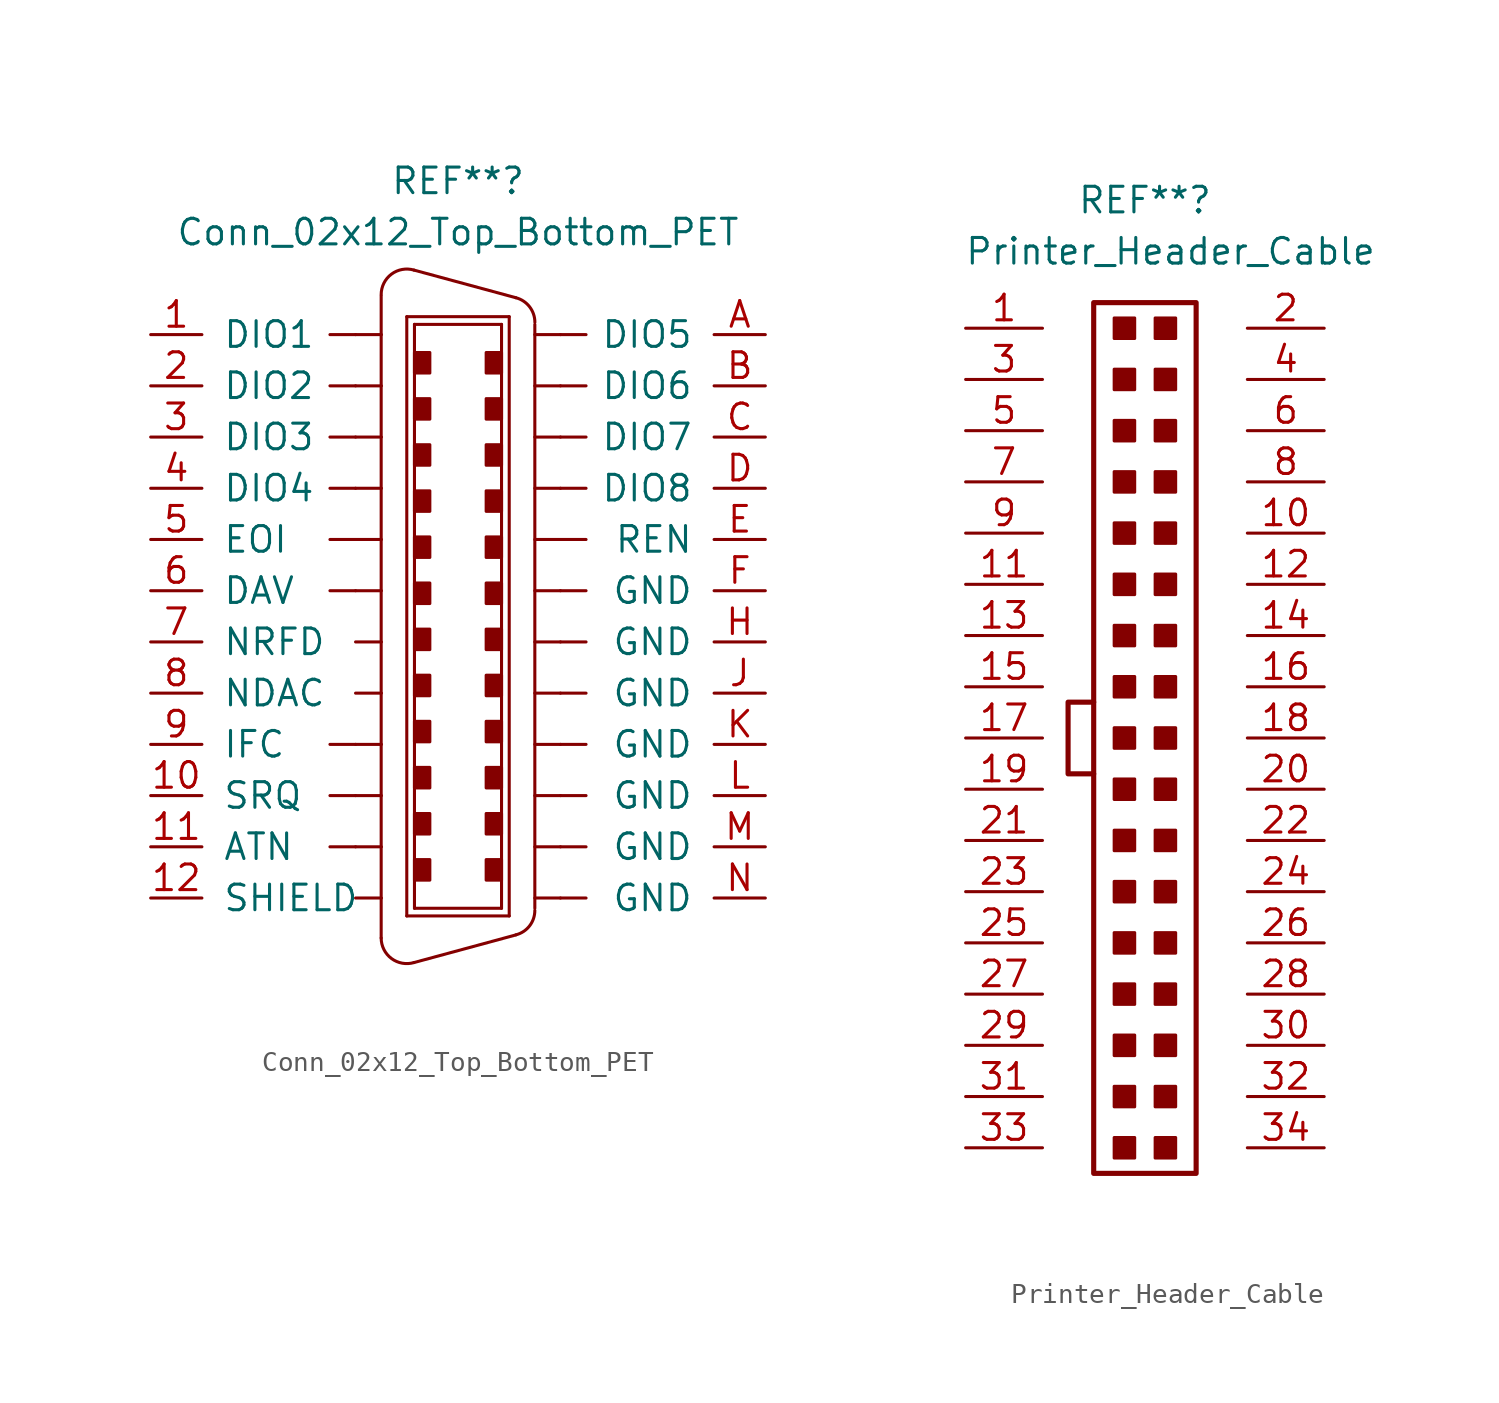
<source format=kicad_sym>
(kicad_symbol_lib
  (version 20231120)
  (generator "kicad_symbol_editor")
  (generator_version "8.0")
  (symbol "Conn_02x12_Top_Bottom_PET"
    (pin_names
      (offset 1.016))
    (property "Reference" "REF**"
      (at 0 21.59 0)
      (effects (font (size 1.27 1.27))))
    (property "Value" "Conn_02x12_Top_Bottom_PET"
      (at 0 19.05 0)
      (effects (font (size 1.27 1.27))))
    (symbol "Conn_02x12_Top_Bottom_PET_0_1"
      (polyline (pts (xy -5.08 -11.43) (xy -6.35 -11.43)) (stroke (width 0) (type default)) (fill (type none)))
      (polyline (pts (xy -5.08 -8.89) (xy -6.35 -8.89)) (stroke (width 0) (type default)) (fill (type none)))
      (polyline (pts (xy -5.08 -6.35) (xy -6.35 -6.35)) (stroke (width 0) (type default)) (fill (type none)))
      (polyline (pts (xy -5.08 1.27) (xy -6.35 1.27)) (stroke (width 0) (type default)) (fill (type none)))
      (polyline (pts (xy -5.08 3.81) (xy -6.35 3.81)) (stroke (width 0) (type default)) (fill (type none)))
      (polyline (pts (xy -5.08 6.35) (xy -6.35 6.35)) (stroke (width 0) (type default)) (fill (type none)))
      (polyline (pts (xy -5.08 8.89) (xy -6.35 8.89)) (stroke (width 0) (type default)) (fill (type none)))
      (polyline (pts (xy -5.08 11.43) (xy -6.35 11.43)) (stroke (width 0) (type default)) (fill (type none)))
      (polyline (pts (xy -5.08 13.97) (xy -6.35 13.97)) (stroke (width 0) (type default)) (fill (type none)))
      (polyline (pts (xy 6.35 -13.97) (xy 5.08 -13.97)) (stroke (width 0) (type default)) (fill (type none)))
      (polyline (pts (xy 6.35 -11.43) (xy 5.08 -11.43)) (stroke (width 0) (type default)) (fill (type none)))
      (polyline (pts (xy 6.35 -8.89) (xy 5.08 -8.89)) (stroke (width 0) (type default)) (fill (type none)))
      (polyline (pts (xy 6.35 -6.35) (xy 5.08 -6.35)) (stroke (width 0) (type default)) (fill (type none)))
      (polyline (pts (xy 6.35 -3.81) (xy 5.08 -3.81)) (stroke (width 0) (type default)) (fill (type none)))
      (polyline (pts (xy 6.35 -1.27) (xy 5.08 -1.27)) (stroke (width 0) (type default)) (fill (type none)))
      (polyline (pts (xy 6.35 1.27) (xy 5.08 1.27)) (stroke (width 0) (type default)) (fill (type none)))
      (polyline (pts (xy 6.35 3.81) (xy 5.08 3.81)) (stroke (width 0) (type default)) (fill (type none)))
      (polyline (pts (xy 6.35 6.35) (xy 5.08 6.35)) (stroke (width 0) (type default)) (fill (type none)))
      (polyline (pts (xy 6.35 8.89) (xy 5.08 8.89)) (stroke (width 0) (type default)) (fill (type none)))
      (polyline (pts (xy 6.35 11.43) (xy 5.08 11.43)) (stroke (width 0) (type default)) (fill (type none)))
      (polyline (pts (xy 6.35 13.97) (xy 5.08 13.97)) (stroke (width 0) (type default)) (fill (type none))))
    (symbol "Conn_02x12_Top_Bottom_PET_1_0"
      (polyline (pts (xy -5.08 -13.97) (xy -3.81 -13.97)) (stroke (width 0) (type solid)) (fill (type none)))
      (polyline (pts (xy -5.08 -11.43) (xy -3.81 -11.43)) (stroke (width 0) (type solid)) (fill (type none)))
      (polyline (pts (xy -5.08 -8.89) (xy -3.81 -8.89)) (stroke (width 0) (type solid)) (fill (type none)))
      (polyline (pts (xy -5.08 -6.35) (xy -3.81 -6.35)) (stroke (width 0) (type solid)) (fill (type none)))
      (polyline (pts (xy -5.08 8.89) (xy -3.81 8.89)) (stroke (width 0) (type solid)) (fill (type none)))
      (polyline (pts (xy -5.08 11.43) (xy -3.81 11.43)) (stroke (width 0) (type solid)) (fill (type none)))
      (polyline (pts (xy -5.08 13.97) (xy -3.81 13.97)) (stroke (width 0) (type solid)) (fill (type none)))
      (polyline (pts (xy -3.81 -13.97) (xy -3.81 -15.951)) (stroke (width 0) (type solid)) (fill (type none)))
      (polyline (pts (xy -3.81 -11.43) (xy -3.81 -13.97)) (stroke (width 0) (type solid)) (fill (type none)))
      (polyline (pts (xy -3.81 -8.89) (xy -3.81 -11.43)) (stroke (width 0) (type solid)) (fill (type none)))
      (polyline (pts (xy -3.81 -6.35) (xy -3.81 -8.89)) (stroke (width 0) (type solid)) (fill (type none)))
      (polyline (pts (xy -3.81 -3.81) (xy -5.08 -3.81)) (stroke (width 0) (type solid)) (fill (type none)))
      (polyline (pts (xy -3.81 -3.81) (xy -3.81 -6.35)) (stroke (width 0) (type solid)) (fill (type none)))
      (polyline (pts (xy -3.81 -1.27) (xy -5.08 -1.27)) (stroke (width 0) (type solid)) (fill (type none)))
      (polyline (pts (xy -3.81 -1.27) (xy -3.81 -3.81)) (stroke (width 0) (type solid)) (fill (type none)))
      (polyline (pts (xy -3.81 1.27) (xy -5.08 1.27)) (stroke (width 0) (type solid)) (fill (type none)))
      (polyline (pts (xy -3.81 1.27) (xy -3.81 -1.27)) (stroke (width 0) (type solid)) (fill (type none)))
      (polyline (pts (xy -3.81 3.81) (xy -5.08 3.81)) (stroke (width 0) (type solid)) (fill (type none)))
      (polyline (pts (xy -3.81 3.81) (xy -3.81 1.27)) (stroke (width 0) (type solid)) (fill (type none)))
      (polyline (pts (xy -3.81 6.35) (xy -5.08 6.35)) (stroke (width 0) (type solid)) (fill (type none)))
      (polyline (pts (xy -3.81 6.35) (xy -3.81 3.81)) (stroke (width 0) (type solid)) (fill (type none)))
      (polyline (pts (xy -3.81 8.89) (xy -3.81 6.35)) (stroke (width 0) (type solid)) (fill (type none)))
      (polyline (pts (xy -3.81 11.43) (xy -3.81 8.89)) (stroke (width 0) (type solid)) (fill (type none)))
      (polyline (pts (xy -3.81 13.97) (xy -3.81 11.43)) (stroke (width 0) (type solid)) (fill (type none)))
      (polyline (pts (xy -3.81 15.9) (xy -3.81 13.97)) (stroke (width 0) (type solid)) (fill (type none)))
      (polyline (pts (xy -2.54 -14.859) (xy -2.54 14.859)) (stroke (width 0) (type solid)) (fill (type none)))
      (polyline (pts (xy -2.54 -14.859) (xy 2.54 -14.859)) (stroke (width 0) (type solid)) (fill (type none)))
      (polyline (pts (xy -2.54 14.859) (xy 2.54 14.859)) (stroke (width 0) (type solid)) (fill (type none)))
      (polyline (pts (xy -2.159 -14.478) (xy -2.159 14.478)) (stroke (width 0) (type solid)) (fill (type none)))
      (polyline (pts (xy -2.159 14.478) (xy 2.159 14.478)) (stroke (width 0) (type solid)) (fill (type none)))
      (polyline (pts (xy 2.159 -14.478) (xy -2.159 -14.478)) (stroke (width 0) (type solid)) (fill (type none)))
      (polyline (pts (xy 2.159 14.478) (xy 2.159 -14.478)) (stroke (width 0) (type solid)) (fill (type none)))
      (polyline (pts (xy 2.54 -14.859) (xy 2.54 14.859)) (stroke (width 0) (type solid)) (fill (type none)))
      (polyline (pts (xy 2.87 -15.799) (xy -2.184 -17.17)) (stroke (width 0) (type solid)) (fill (type none)))
      (polyline (pts (xy 2.87 15.799) (xy -2.184 17.17)) (stroke (width 0) (type solid)) (fill (type none)))
      (polyline (pts (xy 3.81 -14.478) (xy 3.81 14.478)) (stroke (width 0) (type solid)) (fill (type none)))
      (polyline (pts (xy 5.08 -13.97) (xy 3.81 -13.97)) (stroke (width 0) (type solid)) (fill (type none)))
      (polyline (pts (xy 5.08 -11.43) (xy 3.81 -11.43)) (stroke (width 0) (type solid)) (fill (type none)))
      (polyline (pts (xy 5.08 -8.89) (xy 3.81 -8.89)) (stroke (width 0) (type solid)) (fill (type none)))
      (polyline (pts (xy 5.08 -6.35) (xy 3.81 -6.35)) (stroke (width 0) (type solid)) (fill (type none)))
      (polyline (pts (xy 5.08 -3.81) (xy 3.81 -3.81)) (stroke (width 0) (type solid)) (fill (type none)))
      (polyline (pts (xy 5.08 -1.27) (xy 3.81 -1.27)) (stroke (width 0) (type solid)) (fill (type none)))
      (polyline (pts (xy 5.08 1.27) (xy 3.81 1.27)) (stroke (width 0) (type solid)) (fill (type none)))
      (polyline (pts (xy 5.08 3.81) (xy 3.81 3.81)) (stroke (width 0) (type solid)) (fill (type none)))
      (polyline (pts (xy 5.08 6.35) (xy 3.81 6.35)) (stroke (width 0) (type solid)) (fill (type none)))
      (polyline (pts (xy 5.08 8.89) (xy 3.81 8.89)) (stroke (width 0) (type solid)) (fill (type none)))
      (polyline (pts (xy 5.08 11.43) (xy 3.81 11.43)) (stroke (width 0) (type solid)) (fill (type none)))
      (polyline (pts (xy 5.08 13.97) (xy 3.81 13.97)) (stroke (width 0) (type solid)) (fill (type none))))
    (symbol "Conn_02x12_Top_Bottom_PET_1_1"
      (arc (start -3.81 -15.9512) (mid -3.302 -16.9672) (end -2.1844 -17.1704) (stroke (width 0) (type solid)) (fill (type none)))
      (arc (start -2.1844 17.1704) (mid -3.302 16.9672) (end -3.81 15.9512) (stroke (width 0) (type solid)) (fill (type none)))
      (rectangle (start -2.159 -13.081) (end -1.397 -12.065) (stroke (width 0) (type solid)) (fill (type outline)))
      (rectangle (start -2.159 -10.795) (end -1.397 -9.779) (stroke (width 0) (type solid)) (fill (type outline)))
      (rectangle (start -2.159 -8.509) (end -1.397 -7.493) (stroke (width 0) (type solid)) (fill (type outline)))
      (rectangle (start -2.159 -6.223) (end -1.397 -5.207) (stroke (width 0) (type solid)) (fill (type outline)))
      (rectangle (start -2.159 -3.937) (end -1.397 -2.921) (stroke (width 0) (type solid)) (fill (type outline)))
      (rectangle (start -2.159 -1.651) (end -1.397 -0.635) (stroke (width 0) (type solid)) (fill (type outline)))
      (rectangle (start -2.159 0.635) (end -1.397 1.651) (stroke (width 0) (type solid)) (fill (type outline)))
      (rectangle (start -2.159 2.921) (end -1.397 3.937) (stroke (width 0) (type solid)) (fill (type outline)))
      (rectangle (start -2.159 5.207) (end -1.397 6.223) (stroke (width 0) (type solid)) (fill (type outline)))
      (rectangle (start -2.159 7.493) (end -1.397 8.509) (stroke (width 0) (type solid)) (fill (type outline)))
      (rectangle (start -2.159 9.779) (end -1.397 10.795) (stroke (width 0) (type solid)) (fill (type outline)))
      (rectangle (start -2.159 12.065) (end -1.397 13.081) (stroke (width 0) (type solid)) (fill (type outline)))
      (rectangle (start 1.397 -13.081) (end 2.159 -12.065) (stroke (width 0) (type solid)) (fill (type outline)))
      (rectangle (start 1.397 -10.795) (end 2.159 -9.779) (stroke (width 0) (type solid)) (fill (type outline)))
      (rectangle (start 1.397 -8.509) (end 2.159 -7.493) (stroke (width 0) (type solid)) (fill (type outline)))
      (rectangle (start 1.397 -6.223) (end 2.159 -5.207) (stroke (width 0) (type solid)) (fill (type outline)))
      (rectangle (start 1.397 -3.937) (end 2.159 -2.921) (stroke (width 0) (type solid)) (fill (type outline)))
      (rectangle (start 1.397 -1.651) (end 2.159 -0.635) (stroke (width 0) (type solid)) (fill (type outline)))
      (rectangle (start 1.397 0.635) (end 2.159 1.651) (stroke (width 0) (type solid)) (fill (type outline)))
      (rectangle (start 1.397 2.921) (end 2.159 3.937) (stroke (width 0) (type solid)) (fill (type outline)))
      (rectangle (start 1.397 5.207) (end 2.159 6.223) (stroke (width 0) (type solid)) (fill (type outline)))
      (rectangle (start 1.397 7.493) (end 2.159 8.509) (stroke (width 0) (type solid)) (fill (type outline)))
      (rectangle (start 1.397 9.779) (end 2.159 10.795) (stroke (width 0) (type solid)) (fill (type outline)))
      (rectangle (start 1.397 12.065) (end 2.159 13.081) (stroke (width 0) (type solid)) (fill (type outline)))
      (arc (start 2.8702 -15.7988) (mid 3.5509 -15.3517) (end 3.81 -14.5796) (stroke (width 0) (type solid)) (fill (type none)))
      (arc (start 3.81 14.5796) (mid 3.5492 15.3503) (end 2.8702 15.7988) (stroke (width 0) (type solid)) (fill (type none)))
      (pin passive line (at -15.24 13.97 0) (length 2.54) (name "DIO1" (effects (font (size 1.27 1.27)))) (number "1" (effects (font (size 1.27 1.27)))))
      (pin passive line (at -15.24 -8.89 0) (length 2.54) (name "SRQ" (effects (font (size 1.27 1.27)))) (number "10" (effects (font (size 1.27 1.27)))))
      (pin passive line (at -15.24 -11.43 0) (length 2.54) (name "ATN" (effects (font (size 1.27 1.27)))) (number "11" (effects (font (size 1.27 1.27)))))
      (pin passive line (at -15.24 -13.97 0) (length 2.54) (name "SHIELD" (effects (font (size 1.27 1.27)))) (number "12" (effects (font (size 1.27 1.27)))))
      (pin passive line (at -15.24 11.43 0) (length 2.54) (name "DIO2" (effects (font (size 1.27 1.27)))) (number "2" (effects (font (size 1.27 1.27)))))
      (pin passive line (at -15.24 8.89 0) (length 2.54) (name "DIO3" (effects (font (size 1.27 1.27)))) (number "3" (effects (font (size 1.27 1.27)))))
      (pin passive line (at -15.24 6.35 0) (length 2.54) (name "DIO4" (effects (font (size 1.27 1.27)))) (number "4" (effects (font (size 1.27 1.27)))))
      (pin passive line (at -15.24 3.81 0) (length 2.54) (name "EOI" (effects (font (size 1.27 1.27)))) (number "5" (effects (font (size 1.27 1.27)))))
      (pin passive line (at -15.24 1.27 0) (length 2.54) (name "DAV" (effects (font (size 1.27 1.27)))) (number "6" (effects (font (size 1.27 1.27)))))
      (pin passive line (at -15.24 -1.27 0) (length 2.54) (name "NRFD" (effects (font (size 1.27 1.27)))) (number "7" (effects (font (size 1.27 1.27)))))
      (pin passive line (at -15.24 -3.81 0) (length 2.54) (name "NDAC" (effects (font (size 1.27 1.27)))) (number "8" (effects (font (size 1.27 1.27)))))
      (pin passive line (at -15.24 -6.35 0) (length 2.54) (name "IFC" (effects (font (size 1.27 1.27)))) (number "9" (effects (font (size 1.27 1.27)))))
      (pin passive line (at 15.24 13.97 180) (length 2.54) (name "DIO5" (effects (font (size 1.27 1.27)))) (number "A" (effects (font (size 1.27 1.27)))))
      (pin passive line (at 15.24 11.43 180) (length 2.54) (name "DIO6" (effects (font (size 1.27 1.27)))) (number "B" (effects (font (size 1.27 1.27)))))
      (pin passive line (at 15.24 8.89 180) (length 2.54) (name "DIO7" (effects (font (size 1.27 1.27)))) (number "C" (effects (font (size 1.27 1.27)))))
      (pin passive line (at 15.24 6.35 180) (length 2.54) (name "DIO8" (effects (font (size 1.27 1.27)))) (number "D" (effects (font (size 1.27 1.27)))))
      (pin passive line (at 15.24 3.81 180) (length 2.54) (name "REN" (effects (font (size 1.27 1.27)))) (number "E" (effects (font (size 1.27 1.27)))))
      (pin passive line (at 15.24 1.27 180) (length 2.54) (name "GND" (effects (font (size 1.27 1.27)))) (number "F" (effects (font (size 1.27 1.27)))))
      (pin passive line (at 15.24 -1.27 180) (length 2.54) (name "GND" (effects (font (size 1.27 1.27)))) (number "H" (effects (font (size 1.27 1.27)))))
      (pin passive line (at 15.24 -3.81 180) (length 2.54) (name "GND" (effects (font (size 1.27 1.27)))) (number "J" (effects (font (size 1.27 1.27)))))
      (pin passive line (at 15.24 -6.35 180) (length 2.54) (name "GND" (effects (font (size 1.27 1.27)))) (number "K" (effects (font (size 1.27 1.27)))))
      (pin passive line (at 15.24 -8.89 180) (length 2.54) (name "GND" (effects (font (size 1.27 1.27)))) (number "L" (effects (font (size 1.27 1.27)))))
      (pin passive line (at 15.24 -11.43 180) (length 2.54) (name "GND" (effects (font (size 1.27 1.27)))) (number "M" (effects (font (size 1.27 1.27)))))
      (pin passive line (at 15.24 -13.97 180) (length 2.54) (name "GND" (effects (font (size 1.27 1.27)))) (number "N" (effects (font (size 1.27 1.27)))))))
  (symbol "Printer_Header_Cable"
    (pin_names
      (offset 1.016) hide)
    (property "Reference" "REF**"
      (at 1.27 26.67 0)
      (effects (font (size 1.27 1.27))))
    (property "Value" "Printer_Header_Cable"
      (at 2.54 24.13 0)
      (effects (font (size 1.27 1.27))))
    (symbol "Printer_Header_Cable_1_1"
      (rectangle (start -1.27 21.59) (end 3.81 -21.59) (stroke (width 0.254) (type default)) (fill (type none)))
      (rectangle (start -0.254 -19.812) (end 0.762 -20.828) (stroke (width 0) (type default)) (fill (type outline)))
      (rectangle (start -0.254 -17.272) (end 0.762 -18.288) (stroke (width 0) (type default)) (fill (type outline)))
      (rectangle (start -0.254 -14.732) (end 0.762 -15.748) (stroke (width 0) (type default)) (fill (type outline)))
      (rectangle (start -0.254 -12.192) (end 0.762 -13.208) (stroke (width 0) (type default)) (fill (type outline)))
      (rectangle (start -0.254 -9.652) (end 0.762 -10.668) (stroke (width 0) (type default)) (fill (type outline)))
      (rectangle (start -0.254 -7.112) (end 0.762 -8.128) (stroke (width 0) (type default)) (fill (type outline)))
      (rectangle (start -0.254 -4.572) (end 0.762 -5.588) (stroke (width 0) (type default)) (fill (type outline)))
      (rectangle (start -0.254 -2.032) (end 0.762 -3.048) (stroke (width 0) (type default)) (fill (type outline)))
      (rectangle (start -0.254 0.508) (end 0.762 -0.508) (stroke (width 0) (type default)) (fill (type outline)))
      (rectangle (start -0.254 3.048) (end 0.762 2.032) (stroke (width 0) (type default)) (fill (type outline)))
      (rectangle (start -0.254 5.588) (end 0.762 4.572) (stroke (width 0) (type default)) (fill (type outline)))
      (rectangle (start -0.254 8.128) (end 0.762 7.112) (stroke (width 0) (type default)) (fill (type outline)))
      (rectangle (start -0.254 10.668) (end 0.762 9.652) (stroke (width 0) (type default)) (fill (type outline)))
      (rectangle (start -0.254 13.208) (end 0.762 12.192) (stroke (width 0) (type default)) (fill (type outline)))
      (rectangle (start -0.254 15.748) (end 0.762 14.732) (stroke (width 0) (type default)) (fill (type outline)))
      (rectangle (start -0.254 18.288) (end 0.762 17.272) (stroke (width 0) (type default)) (fill (type outline)))
      (rectangle (start -0.254 20.828) (end 0.762 19.812) (stroke (width 0) (type default)) (fill (type outline)))
      (polyline (pts (xy -1.27 -1.778) (xy -2.54 -1.778) (xy -2.54 1.778) (xy -1.27 1.778)) (stroke (width 0.254) (type default)) (fill (type none)))
      (rectangle (start 1.778 -19.812) (end 2.794 -20.828) (stroke (width 0) (type default)) (fill (type outline)))
      (rectangle (start 1.778 -17.272) (end 2.794 -18.288) (stroke (width 0) (type default)) (fill (type outline)))
      (rectangle (start 1.778 -14.732) (end 2.794 -15.748) (stroke (width 0) (type default)) (fill (type outline)))
      (rectangle (start 1.778 -12.192) (end 2.794 -13.208) (stroke (width 0) (type default)) (fill (type outline)))
      (rectangle (start 1.778 -9.652) (end 2.794 -10.668) (stroke (width 0) (type default)) (fill (type outline)))
      (rectangle (start 1.778 -7.112) (end 2.794 -8.128) (stroke (width 0) (type default)) (fill (type outline)))
      (rectangle (start 1.778 -4.572) (end 2.794 -5.588) (stroke (width 0) (type default)) (fill (type outline)))
      (rectangle (start 1.778 -2.032) (end 2.794 -3.048) (stroke (width 0) (type default)) (fill (type outline)))
      (rectangle (start 1.778 0.508) (end 2.794 -0.508) (stroke (width 0) (type default)) (fill (type outline)))
      (rectangle (start 1.778 3.048) (end 2.794 2.032) (stroke (width 0) (type default)) (fill (type outline)))
      (rectangle (start 1.778 5.588) (end 2.794 4.572) (stroke (width 0) (type default)) (fill (type outline)))
      (rectangle (start 1.778 8.128) (end 2.794 7.112) (stroke (width 0) (type default)) (fill (type outline)))
      (rectangle (start 1.778 10.668) (end 2.794 9.652) (stroke (width 0) (type default)) (fill (type outline)))
      (rectangle (start 1.778 13.208) (end 2.794 12.192) (stroke (width 0) (type default)) (fill (type outline)))
      (rectangle (start 1.778 15.748) (end 2.794 14.732) (stroke (width 0) (type default)) (fill (type outline)))
      (rectangle (start 1.778 18.288) (end 2.794 17.272) (stroke (width 0) (type default)) (fill (type outline)))
      (rectangle (start 1.778 20.828) (end 2.794 19.812) (stroke (width 0) (type default)) (fill (type outline)))
      (pin passive line (at -7.62 20.32 0) (length 3.81) (name "Pin_1" (effects (font (size 1.27 1.27)))) (number "1" (effects (font (size 1.27 1.27)))))
      (pin passive line (at 10.16 10.16 180) (length 3.81) (name "Pin_10" (effects (font (size 1.27 1.27)))) (number "10" (effects (font (size 1.27 1.27)))))
      (pin passive line (at -7.62 7.62 0) (length 3.81) (name "Pin_11" (effects (font (size 1.27 1.27)))) (number "11" (effects (font (size 1.27 1.27)))))
      (pin passive line (at 10.16 7.62 180) (length 3.81) (name "Pin_12" (effects (font (size 1.27 1.27)))) (number "12" (effects (font (size 1.27 1.27)))))
      (pin passive line (at -7.62 5.08 0) (length 3.81) (name "Pin_13" (effects (font (size 1.27 1.27)))) (number "13" (effects (font (size 1.27 1.27)))))
      (pin passive line (at 10.16 5.08 180) (length 3.81) (name "Pin_14" (effects (font (size 1.27 1.27)))) (number "14" (effects (font (size 1.27 1.27)))))
      (pin passive line (at -7.62 2.54 0) (length 3.81) (name "Pin_15" (effects (font (size 1.27 1.27)))) (number "15" (effects (font (size 1.27 1.27)))))
      (pin passive line (at 10.16 2.54 180) (length 3.81) (name "Pin_16" (effects (font (size 1.27 1.27)))) (number "16" (effects (font (size 1.27 1.27)))))
      (pin passive line (at -7.62 0 0) (length 3.81) (name "Pin_17" (effects (font (size 1.27 1.27)))) (number "17" (effects (font (size 1.27 1.27)))))
      (pin passive line (at 10.16 0 180) (length 3.81) (name "Pin_18" (effects (font (size 1.27 1.27)))) (number "18" (effects (font (size 1.27 1.27)))))
      (pin passive line (at -7.62 -2.54 0) (length 3.81) (name "Pin_19" (effects (font (size 1.27 1.27)))) (number "19" (effects (font (size 1.27 1.27)))))
      (pin passive line (at 10.16 20.32 180) (length 3.81) (name "Pin_2" (effects (font (size 1.27 1.27)))) (number "2" (effects (font (size 1.27 1.27)))))
      (pin passive line (at 10.16 -2.54 180) (length 3.81) (name "Pin_20" (effects (font (size 1.27 1.27)))) (number "20" (effects (font (size 1.27 1.27)))))
      (pin passive line (at -7.62 -5.08 0) (length 3.81) (name "Pin_21" (effects (font (size 1.27 1.27)))) (number "21" (effects (font (size 1.27 1.27)))))
      (pin passive line (at 10.16 -5.08 180) (length 3.81) (name "Pin_22" (effects (font (size 1.27 1.27)))) (number "22" (effects (font (size 1.27 1.27)))))
      (pin passive line (at -7.62 -7.62 0) (length 3.81) (name "Pin_23" (effects (font (size 1.27 1.27)))) (number "23" (effects (font (size 1.27 1.27)))))
      (pin passive line (at 10.16 -7.62 180) (length 3.81) (name "Pin_24" (effects (font (size 1.27 1.27)))) (number "24" (effects (font (size 1.27 1.27)))))
      (pin passive line (at -7.62 -10.16 0) (length 3.81) (name "Pin_25" (effects (font (size 1.27 1.27)))) (number "25" (effects (font (size 1.27 1.27)))))
      (pin passive line (at 10.16 -10.16 180) (length 3.81) (name "Pin_26" (effects (font (size 1.27 1.27)))) (number "26" (effects (font (size 1.27 1.27)))))
      (pin passive line (at -7.62 -12.7 0) (length 3.81) (name "Pin_27" (effects (font (size 1.27 1.27)))) (number "27" (effects (font (size 1.27 1.27)))))
      (pin passive line (at 10.16 -12.7 180) (length 3.81) (name "Pin_28" (effects (font (size 1.27 1.27)))) (number "28" (effects (font (size 1.27 1.27)))))
      (pin passive line (at -7.62 -15.24 0) (length 3.81) (name "Pin_29" (effects (font (size 1.27 1.27)))) (number "29" (effects (font (size 1.27 1.27)))))
      (pin passive line (at -7.62 17.78 0) (length 3.81) (name "Pin_3" (effects (font (size 1.27 1.27)))) (number "3" (effects (font (size 1.27 1.27)))))
      (pin passive line (at 10.16 -15.24 180) (length 3.81) (name "Pin_30" (effects (font (size 1.27 1.27)))) (number "30" (effects (font (size 1.27 1.27)))))
      (pin passive line (at -7.62 -17.78 0) (length 3.81) (name "Pin_31" (effects (font (size 1.27 1.27)))) (number "31" (effects (font (size 1.27 1.27)))))
      (pin passive line (at 10.16 -17.78 180) (length 3.81) (name "Pin_32" (effects (font (size 1.27 1.27)))) (number "32" (effects (font (size 1.27 1.27)))))
      (pin passive line (at -7.62 -20.32 0) (length 3.81) (name "Pin_33" (effects (font (size 1.27 1.27)))) (number "33" (effects (font (size 1.27 1.27)))))
      (pin passive line (at 10.16 -20.32 180) (length 3.81) (name "Pin_34" (effects (font (size 1.27 1.27)))) (number "34" (effects (font (size 1.27 1.27)))))
      (pin passive line (at 10.16 17.78 180) (length 3.81) (name "Pin_4" (effects (font (size 1.27 1.27)))) (number "4" (effects (font (size 1.27 1.27)))))
      (pin passive line (at -7.62 15.24 0) (length 3.81) (name "Pin_5" (effects (font (size 1.27 1.27)))) (number "5" (effects (font (size 1.27 1.27)))))
      (pin passive line (at 10.16 15.24 180) (length 3.81) (name "Pin_6" (effects (font (size 1.27 1.27)))) (number "6" (effects (font (size 1.27 1.27)))))
      (pin passive line (at -7.62 12.7 0) (length 3.81) (name "Pin_7" (effects (font (size 1.27 1.27)))) (number "7" (effects (font (size 1.27 1.27)))))
      (pin passive line (at 10.16 12.7 180) (length 3.81) (name "Pin_8" (effects (font (size 1.27 1.27)))) (number "8" (effects (font (size 1.27 1.27)))))
      (pin passive line (at -7.62 10.16 0) (length 3.81) (name "Pin_9" (effects (font (size 1.27 1.27)))) (number "9" (effects (font (size 1.27 1.27))))))))
</source>
